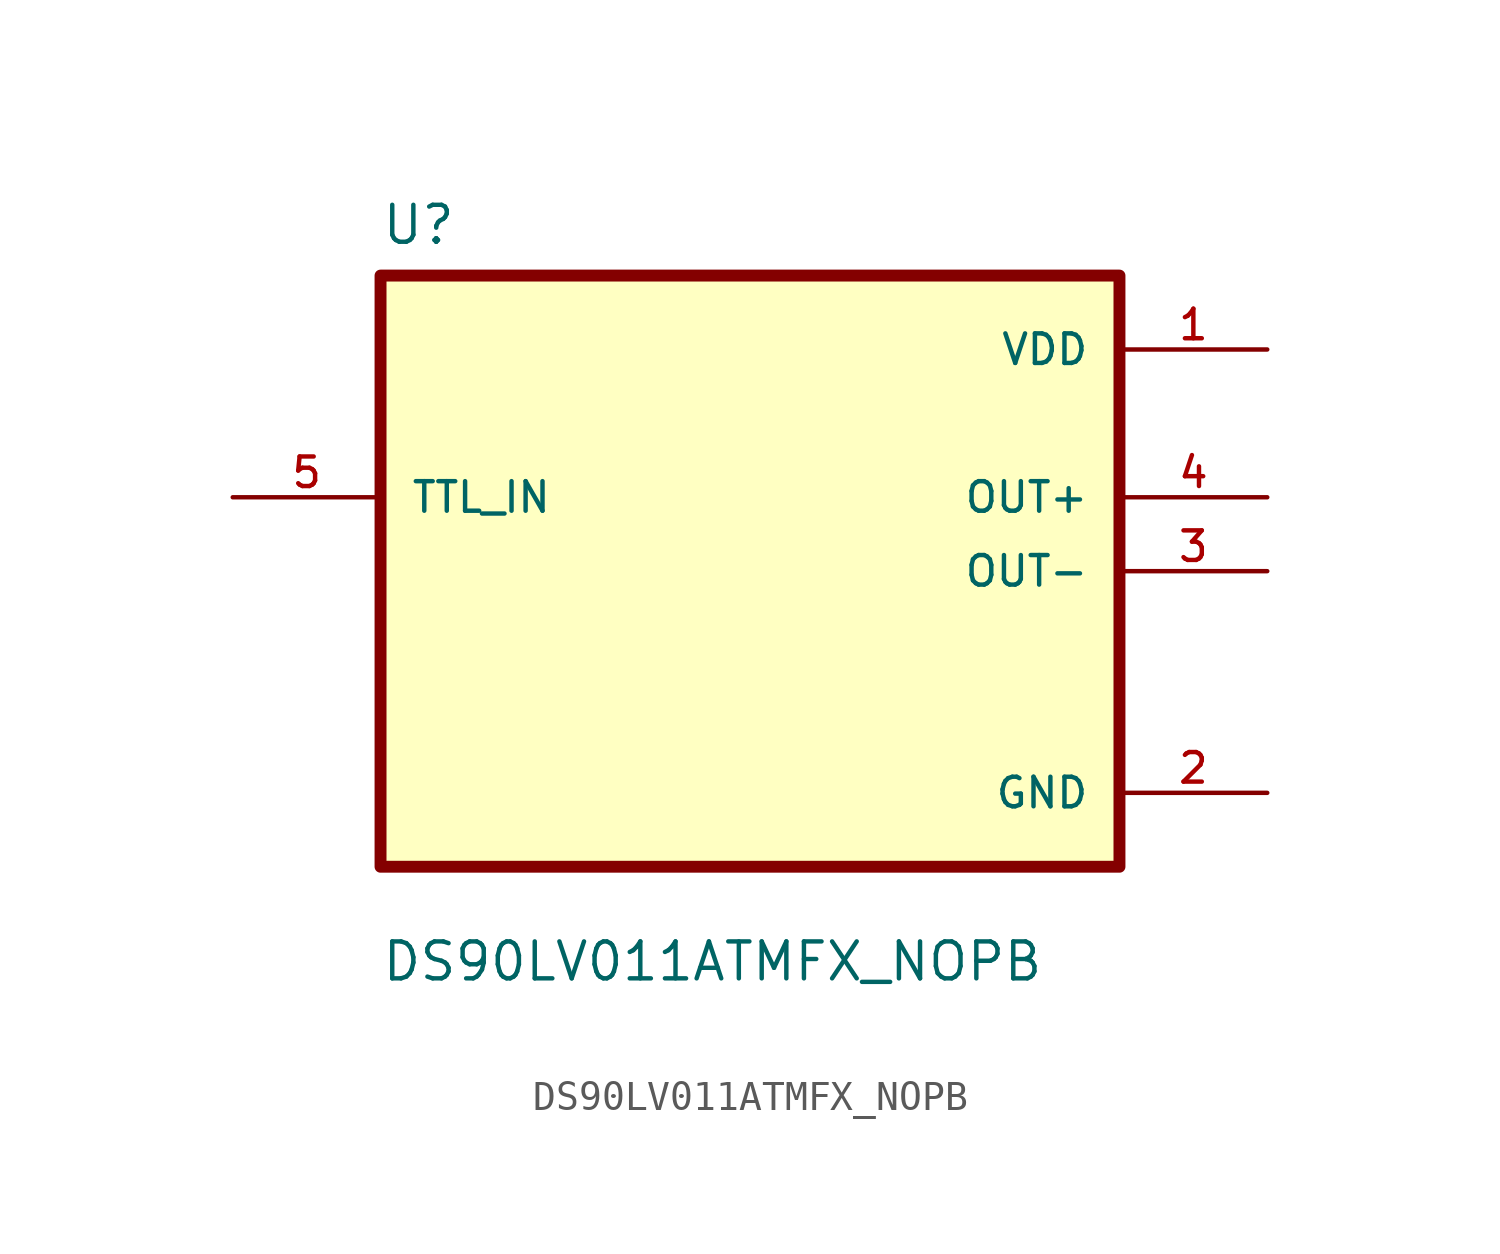
<source format=kicad_sym>
(kicad_symbol_lib
  (version 20211014)
  (generator kicad_symbol_editor)
  (symbol "DS90LV011ATMFX_NOPB"
    (pin_names
      (offset 1.016))
    (property "Reference" "U"
      (at -12.7 11.16 0.0)
      (effects (font (size 1.27 1.27)) (justify bottom left)))
    (property "Value" "DS90LV011ATMFX_NOPB"
      (at -12.7 -14.16 0.0)
      (effects (font (size 1.27 1.27)) (justify bottom left)))
    (symbol "DS90LV011ATMFX_NOPB_0_0"
      (rectangle (start -12.7 -10.16) (end 12.7 10.16) (stroke (width 0.41)) (fill (type background)))
      (pin input line (at -17.78 2.54 0) (length 5.08) (name "TTL_IN" (effects (font (size 1.016 1.016)))) (number "5" (effects (font (size 1.016 1.016)))))
      (pin power_in line (at 17.78 7.62 180.0) (length 5.08) (name "VDD" (effects (font (size 1.016 1.016)))) (number "1" (effects (font (size 1.016 1.016)))))
      (pin output line (at 17.78 2.54 180.0) (length 5.08) (name "OUT+" (effects (font (size 1.016 1.016)))) (number "4" (effects (font (size 1.016 1.016)))))
      (pin output line (at 17.78 0.0 180.0) (length 5.08) (name "OUT-" (effects (font (size 1.016 1.016)))) (number "3" (effects (font (size 1.016 1.016)))))
      (pin power_in line (at 17.78 -7.62 180.0) (length 5.08) (name "GND" (effects (font (size 1.016 1.016)))) (number "2" (effects (font (size 1.016 1.016))))))))
</source>
